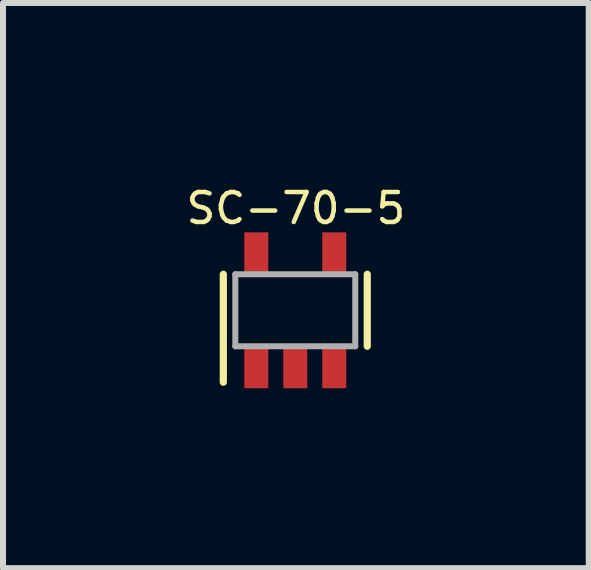
<source format=kicad_pcb>
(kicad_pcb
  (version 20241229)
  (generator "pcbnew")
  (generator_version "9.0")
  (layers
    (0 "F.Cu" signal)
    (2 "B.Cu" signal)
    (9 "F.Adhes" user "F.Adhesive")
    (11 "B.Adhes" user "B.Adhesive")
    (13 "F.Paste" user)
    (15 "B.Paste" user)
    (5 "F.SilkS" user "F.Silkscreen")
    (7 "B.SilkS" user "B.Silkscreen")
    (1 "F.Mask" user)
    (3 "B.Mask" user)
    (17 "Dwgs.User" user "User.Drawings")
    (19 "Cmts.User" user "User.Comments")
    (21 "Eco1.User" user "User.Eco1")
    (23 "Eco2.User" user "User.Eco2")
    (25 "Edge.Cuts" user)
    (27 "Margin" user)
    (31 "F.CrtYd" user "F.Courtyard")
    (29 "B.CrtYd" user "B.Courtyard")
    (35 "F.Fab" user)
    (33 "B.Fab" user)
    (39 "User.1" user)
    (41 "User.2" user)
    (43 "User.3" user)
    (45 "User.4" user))
  (footprint "SC-70-5"
    (layer "F.Cu")
    (at 1.874 2.124)
    (property "Reference" "SC-70-5" (at 0.01 -1.7 0) (layer "F.SilkS") (effects (font (size 0.5 0.5) (thickness 0.075))))
    (attr through_hole)
    (fp_line (start -1.2 -0.6) (end -1.2 1.2) (stroke (width 0.12) (type solid)) (layer "F.SilkS"))
    (fp_line (start 1.2 -0.6) (end 1.2 0.6) (stroke (width 0.12) (type solid)) (layer "F.SilkS"))
    (fp_line (start -1 -0.6) (end 1 -0.6) (stroke (width 0.1) (type solid)) (layer "F.Fab"))
    (fp_line (start -1 0.6) (end -1 -0.6) (stroke (width 0.1) (type solid)) (layer "F.Fab"))
    (fp_line (start 1 -0.6) (end 1 0.6) (stroke (width 0.1) (type solid)) (layer "F.Fab"))
    (fp_line (start 1 0.6) (end -1 0.6) (stroke (width 0.1) (type solid)) (layer "F.Fab"))
    (pad "1" smd rect (at -0.65 0.95) (size 0.4 0.7) (layers "F.Cu" "F.Mask" "F.Paste"))
    (pad "2" smd rect (at 0 0.95) (size 0.4 0.7) (layers "F.Cu" "F.Mask" "F.Paste"))
    (pad "3" smd rect (at 0.65 0.95) (size 0.4 0.7) (layers "F.Cu" "F.Mask" "F.Paste"))
    (pad "4" smd rect (at 0.65 -0.95) (size 0.4 0.7) (layers "F.Cu" "F.Mask" "F.Paste"))
    (pad "5" smd rect (at -0.65 -0.95) (size 0.4 0.7) (layers "F.Cu" "F.Mask" "F.Paste")))
  (gr_rect
    (start -3 -3)
    (end 6.768 6.424)
    (stroke (width 0.1) (type default))
    (fill no)
    (layer "Edge.Cuts")))
</source>
